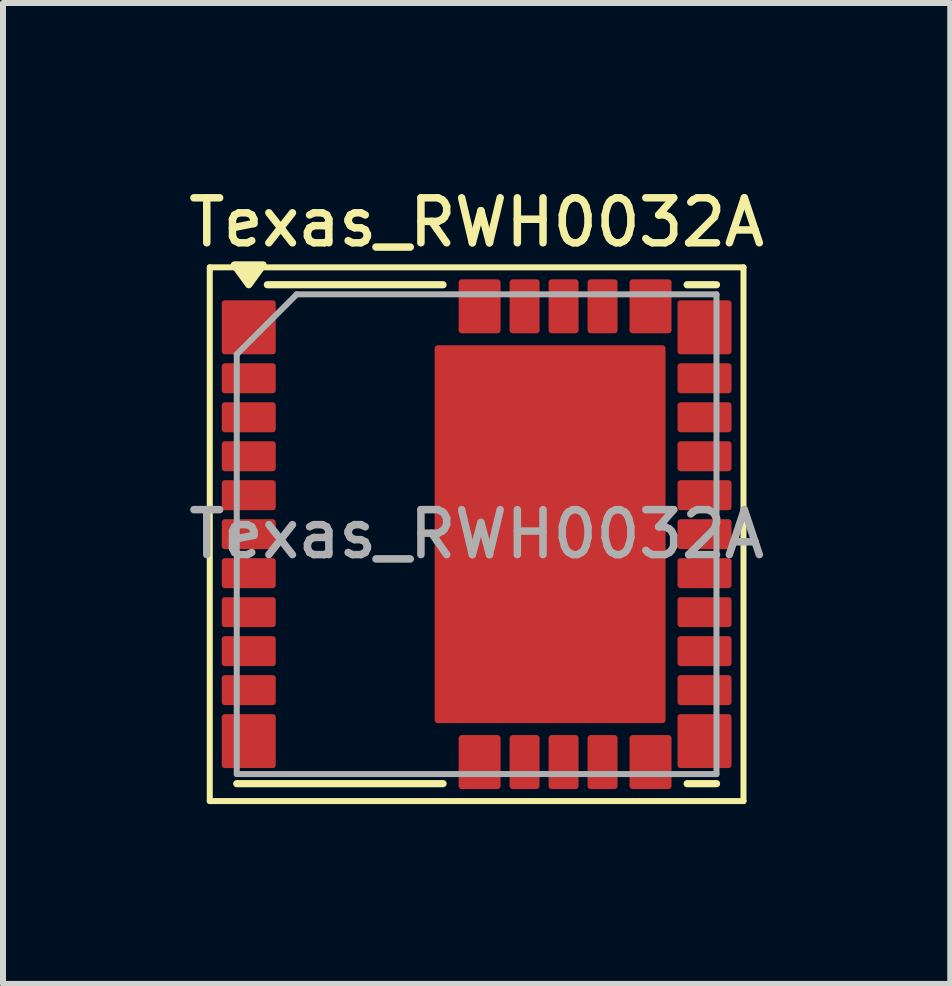
<source format=kicad_pcb>
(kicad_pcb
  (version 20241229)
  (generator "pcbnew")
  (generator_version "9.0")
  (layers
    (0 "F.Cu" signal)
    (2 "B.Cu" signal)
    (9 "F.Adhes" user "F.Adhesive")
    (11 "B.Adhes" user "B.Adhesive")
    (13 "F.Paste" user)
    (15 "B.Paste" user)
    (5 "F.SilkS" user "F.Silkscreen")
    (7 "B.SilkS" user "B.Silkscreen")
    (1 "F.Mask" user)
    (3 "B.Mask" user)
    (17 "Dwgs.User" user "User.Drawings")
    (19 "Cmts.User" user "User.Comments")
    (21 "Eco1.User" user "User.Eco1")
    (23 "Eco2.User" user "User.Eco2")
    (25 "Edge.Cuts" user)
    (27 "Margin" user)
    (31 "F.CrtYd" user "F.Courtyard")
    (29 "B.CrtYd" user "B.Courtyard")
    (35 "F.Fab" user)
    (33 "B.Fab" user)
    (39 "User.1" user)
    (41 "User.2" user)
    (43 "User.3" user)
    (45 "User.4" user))
  (footprint "Texas_RWH0032A"
    (layer "F.Cu")
    (at 4.898 5.858)
    (property "Reference" "Texas_RWH0032A" (at 0 -5.2 0) (layer "F.SilkS") (effects (font (size 0.75 0.75) (thickness 0.125))))
    (attr smd)
    (fp_line (start -4.45 -4.45) (end 4.45 -4.45) (stroke (width 0.1) (type solid)) (layer "F.SilkS"))
    (fp_line (start -4.45 4.45) (end -4.45 -4.45) (stroke (width 0.1) (type solid)) (layer "F.SilkS"))
    (fp_line (start -3.49 -4.16) (end -0.56 -4.16) (stroke (width 0.12) (type solid)) (layer "F.SilkS"))
    (fp_line (start -0.56 4.16) (end -4 4.16) (stroke (width 0.12) (type solid)) (layer "F.SilkS"))
    (fp_line (start 3.51 -4.16) (end 4 -4.16) (stroke (width 0.12) (type solid)) (layer "F.SilkS"))
    (fp_line (start 4 4.16) (end 3.51 4.16) (stroke (width 0.12) (type solid)) (layer "F.SilkS"))
    (fp_line (start 4.45 -4.45) (end 4.45 4.45) (stroke (width 0.1) (type solid)) (layer "F.SilkS"))
    (fp_line (start 4.45 4.45) (end -4.45 4.45) (stroke (width 0.1) (type solid)) (layer "F.SilkS"))
    (fp_poly (pts (xy -3.8 -4.16) (xy -4.04 -4.49) (xy -3.56 -4.49) (xy -3.8 -4.16)) (stroke (width 0.12) (type solid)) (fill yes) (layer "F.SilkS"))
    (fp_line (start -4 4) (end -4 -3) (stroke (width 0.1) (type solid)) (layer "F.Fab"))
    (fp_line (start -3 -4) (end -4 -3) (stroke (width 0.1) (type solid)) (layer "F.Fab"))
    (fp_line (start -3 -4) (end 4 -4) (stroke (width 0.1) (type solid)) (layer "F.Fab"))
    (fp_line (start 4 -4) (end 4 4) (stroke (width 0.1) (type solid)) (layer "F.Fab"))
    (fp_line (start 4 4) (end -4 4) (stroke (width 0.1) (type solid)) (layer "F.Fab"))
    (fp_text user "${REFERENCE}" (at 0 0 0) (layer "F.Fab") (effects (font (size 0.75 0.75) (thickness 0.125))))
    (pad "" smd roundrect (at -3.8 -2.6) (size 0.76 0.4) (layers "F.Paste") (roundrect_rratio 0.125))
    (pad "" smd roundrect (at -3.8 -1.95) (size 0.76 0.4) (layers "F.Paste") (roundrect_rratio 0.125))
    (pad "" smd roundrect (at -3.8 -1.3) (size 0.76 0.4) (layers "F.Paste") (roundrect_rratio 0.125))
    (pad "" smd roundrect (at -3.8 -0.65) (size 0.76 0.4) (layers "F.Paste") (roundrect_rratio 0.125))
    (pad "" smd roundrect (at -3.8 0) (size 0.76 0.4) (layers "F.Paste") (roundrect_rratio 0.125))
    (pad "" smd roundrect (at -3.8 0.65) (size 0.76 0.4) (layers "F.Paste") (roundrect_rratio 0.125))
    (pad "" smd roundrect (at -3.8 1.3) (size 0.76 0.4) (layers "F.Paste") (roundrect_rratio 0.125))
    (pad "" smd roundrect (at -3.8 1.95) (size 0.76 0.4) (layers "F.Paste") (roundrect_rratio 0.125))
    (pad "" smd roundrect (at -3.8 2.6) (size 0.76 0.4) (layers "F.Paste") (roundrect_rratio 0.125))
    (pad "" smd roundrect (at 0.05 -3.8) (size 0.6 0.76) (layers "F.Paste") (roundrect_rratio 0.084))
    (pad "" smd roundrect (at 0.05 3.8) (size 0.6 0.76) (layers "F.Paste") (roundrect_rratio 0.084))
    (pad "" smd roundrect (at 0.325 -2.38) (size 1.6 0.99) (layers "F.Paste") (roundrect_rratio 0.051))
    (pad "" smd roundrect (at 0.325 -1.19) (size 1.6 0.99) (layers "F.Paste") (roundrect_rratio 0.051))
    (pad "" smd roundrect (at 0.325 0) (size 1.6 0.99) (layers "F.Paste") (roundrect_rratio 0.051))
    (pad "" smd roundrect (at 0.325 1.19) (size 1.6 0.99) (layers "F.Paste") (roundrect_rratio 0.051))
    (pad "" smd roundrect (at 0.325 2.38) (size 1.6 0.99) (layers "F.Paste") (roundrect_rratio 0.051))
    (pad "" smd roundrect (at 0.8 -3.8) (size 0.4 0.76) (layers "F.Paste") (roundrect_rratio 0.125))
    (pad "" smd roundrect (at 0.8 3.8) (size 0.4 0.76) (layers "F.Paste") (roundrect_rratio 0.125))
    (pad "" smd roundrect (at 1.45 -3.8) (size 0.4 0.76) (layers "F.Paste") (roundrect_rratio 0.125))
    (pad "" smd roundrect (at 1.45 3.8) (size 0.4 0.76) (layers "F.Paste") (roundrect_rratio 0.125))
    (pad "" smd roundrect (at 2.1 -3.8) (size 0.4 0.76) (layers "F.Paste") (roundrect_rratio 0.125))
    (pad "" smd roundrect (at 2.1 3.8) (size 0.4 0.76) (layers "F.Paste") (roundrect_rratio 0.125))
    (pad "" smd roundrect (at 2.125 -2.38) (size 1.6 0.99) (layers "F.Paste") (roundrect_rratio 0.051))
    (pad "" smd roundrect (at 2.125 -1.19) (size 1.6 0.99) (layers "F.Paste") (roundrect_rratio 0.051))
    (pad "" smd roundrect (at 2.125 0) (size 1.6 0.99) (layers "F.Paste") (roundrect_rratio 0.051))
    (pad "" smd roundrect (at 2.125 1.19) (size 1.6 0.99) (layers "F.Paste") (roundrect_rratio 0.051))
    (pad "" smd roundrect (at 2.125 2.38) (size 1.6 0.99) (layers "F.Paste") (roundrect_rratio 0.051))
    (pad "" smd roundrect (at 2.9 -3.8) (size 0.6 0.76) (layers "F.Paste") (roundrect_rratio 0.084))
    (pad "" smd roundrect (at 2.9 3.8) (size 0.6 0.76) (layers "F.Paste") (roundrect_rratio 0.084))
    (pad "" smd roundrect (at 3.8 -2.6) (size 0.76 0.4) (layers "F.Paste") (roundrect_rratio 0.125))
    (pad "" smd roundrect (at 3.8 -1.95) (size 0.76 0.4) (layers "F.Paste") (roundrect_rratio 0.125))
    (pad "" smd roundrect (at 3.8 -1.3) (size 0.76 0.4) (layers "F.Paste") (roundrect_rratio 0.125))
    (pad "" smd roundrect (at 3.8 -0.65) (size 0.76 0.4) (layers "F.Paste") (roundrect_rratio 0.125))
    (pad "" smd roundrect (at 3.8 0) (size 0.76 0.4) (layers "F.Paste") (roundrect_rratio 0.125))
    (pad "" smd roundrect (at 3.8 0.65) (size 0.76 0.4) (layers "F.Paste") (roundrect_rratio 0.125))
    (pad "" smd roundrect (at 3.8 1.3) (size 0.76 0.4) (layers "F.Paste") (roundrect_rratio 0.125))
    (pad "" smd roundrect (at 3.8 1.95) (size 0.76 0.4) (layers "F.Paste") (roundrect_rratio 0.125))
    (pad "" smd roundrect (at 3.8 2.6) (size 0.76 0.4) (layers "F.Paste") (roundrect_rratio 0.125))
    (pad "1" smd roundrect (at -3.8 -3.45) (size 0.9 0.9) (layers "F.Cu" "F.Mask" "F.Paste") (roundrect_rratio 0.055))
    (pad "2" smd roundrect (at -3.8 -2.6) (size 0.9 0.5) (layers "F.Cu" "F.Mask") (roundrect_rratio 0.1))
    (pad "3" smd roundrect (at -3.8 -1.95) (size 0.9 0.5) (layers "F.Cu" "F.Mask") (roundrect_rratio 0.1))
    (pad "4" smd roundrect (at -3.8 -1.3) (size 0.9 0.5) (layers "F.Cu" "F.Mask") (roundrect_rratio 0.1))
    (pad "5" smd roundrect (at -3.8 -0.65) (size 0.9 0.5) (layers "F.Cu" "F.Mask") (roundrect_rratio 0.1))
    (pad "6" smd roundrect (at -3.8 0) (size 0.9 0.5) (layers "F.Cu" "F.Mask") (roundrect_rratio 0.1))
    (pad "7" smd roundrect (at -3.8 0.65) (size 0.9 0.5) (layers "F.Cu" "F.Mask") (roundrect_rratio 0.1))
    (pad "8" smd roundrect (at -3.8 1.3) (size 0.9 0.5) (layers "F.Cu" "F.Mask") (roundrect_rratio 0.1))
    (pad "9" smd roundrect (at -3.8 1.95) (size 0.9 0.5) (layers "F.Cu" "F.Mask") (roundrect_rratio 0.1))
    (pad "10" smd roundrect (at -3.8 2.6) (size 0.9 0.5) (layers "F.Cu" "F.Mask") (roundrect_rratio 0.1))
    (pad "11" smd roundrect (at -3.8 3.45) (size 0.9 0.9) (layers "F.Cu" "F.Mask" "F.Paste") (roundrect_rratio 0.055))
    (pad "12" smd roundrect (at 0.05 3.8) (size 0.7 0.9) (layers "F.Cu" "F.Mask") (roundrect_rratio 0.072))
    (pad "13" smd roundrect (at 0.8 3.8) (size 0.5 0.9) (layers "F.Cu" "F.Mask") (roundrect_rratio 0.1))
    (pad "14" smd roundrect (at 1.45 3.8) (size 0.5 0.9) (layers "F.Cu" "F.Mask") (roundrect_rratio 0.1))
    (pad "15" smd roundrect (at 2.1 3.8) (size 0.5 0.9) (layers "F.Cu" "F.Mask") (roundrect_rratio 0.1))
    (pad "16" smd roundrect (at 2.9 3.8) (size 0.7 0.9) (layers "F.Cu" "F.Mask") (roundrect_rratio 0.072))
    (pad "17" smd roundrect (at 3.8 3.45) (size 0.9 0.9) (layers "F.Cu" "F.Mask" "F.Paste") (roundrect_rratio 0.055))
    (pad "18" smd roundrect (at 3.8 2.6) (size 0.9 0.5) (layers "F.Cu" "F.Mask") (roundrect_rratio 0.1))
    (pad "19" smd roundrect (at 3.8 1.95) (size 0.9 0.5) (layers "F.Cu" "F.Mask") (roundrect_rratio 0.1))
    (pad "20" smd roundrect (at 3.8 1.3) (size 0.9 0.5) (layers "F.Cu" "F.Mask") (roundrect_rratio 0.1))
    (pad "21" smd roundrect (at 3.8 0.65) (size 0.9 0.5) (layers "F.Cu" "F.Mask") (roundrect_rratio 0.1))
    (pad "22" smd roundrect (at 3.8 0) (size 0.9 0.5) (layers "F.Cu" "F.Mask") (roundrect_rratio 0.1))
    (pad "23" smd roundrect (at 3.8 -0.65) (size 0.9 0.5) (layers "F.Cu" "F.Mask") (roundrect_rratio 0.1))
    (pad "24" smd roundrect (at 3.8 -1.3) (size 0.9 0.5) (layers "F.Cu" "F.Mask") (roundrect_rratio 0.1))
    (pad "25" smd roundrect (at 3.8 -1.95) (size 0.9 0.5) (layers "F.Cu" "F.Mask") (roundrect_rratio 0.1))
    (pad "26" smd roundrect (at 3.8 -2.6) (size 0.9 0.5) (layers "F.Cu" "F.Mask") (roundrect_rratio 0.1))
    (pad "27" smd roundrect (at 3.8 -3.45) (size 0.9 0.9) (layers "F.Cu" "F.Mask" "F.Paste") (roundrect_rratio 0.055))
    (pad "28" smd roundrect (at 2.9 -3.8) (size 0.7 0.9) (layers "F.Cu" "F.Mask") (roundrect_rratio 0.072))
    (pad "29" smd roundrect (at 2.1 -3.8) (size 0.5 0.9) (layers "F.Cu" "F.Mask") (roundrect_rratio 0.1))
    (pad "30" smd roundrect (at 1.45 -3.8) (size 0.5 0.9) (layers "F.Cu" "F.Mask") (roundrect_rratio 0.1))
    (pad "31" smd roundrect (at 0.8 -3.8) (size 0.5 0.9) (layers "F.Cu" "F.Mask") (roundrect_rratio 0.1))
    (pad "32" smd roundrect (at 0.05 -3.8) (size 0.7 0.9) (layers "F.Cu" "F.Mask") (roundrect_rratio 0.072))
    (pad "33" smd roundrect (at 1.225 0) (size 3.85 6.3) (layers "F.Cu" "F.Mask") (roundrect_rratio 0.013)))
  (gr_rect
    (start -3 -3)
    (end 12.796 13.358)
    (stroke (width 0.1) (type default))
    (fill no)
    (layer "Edge.Cuts")))
</source>
